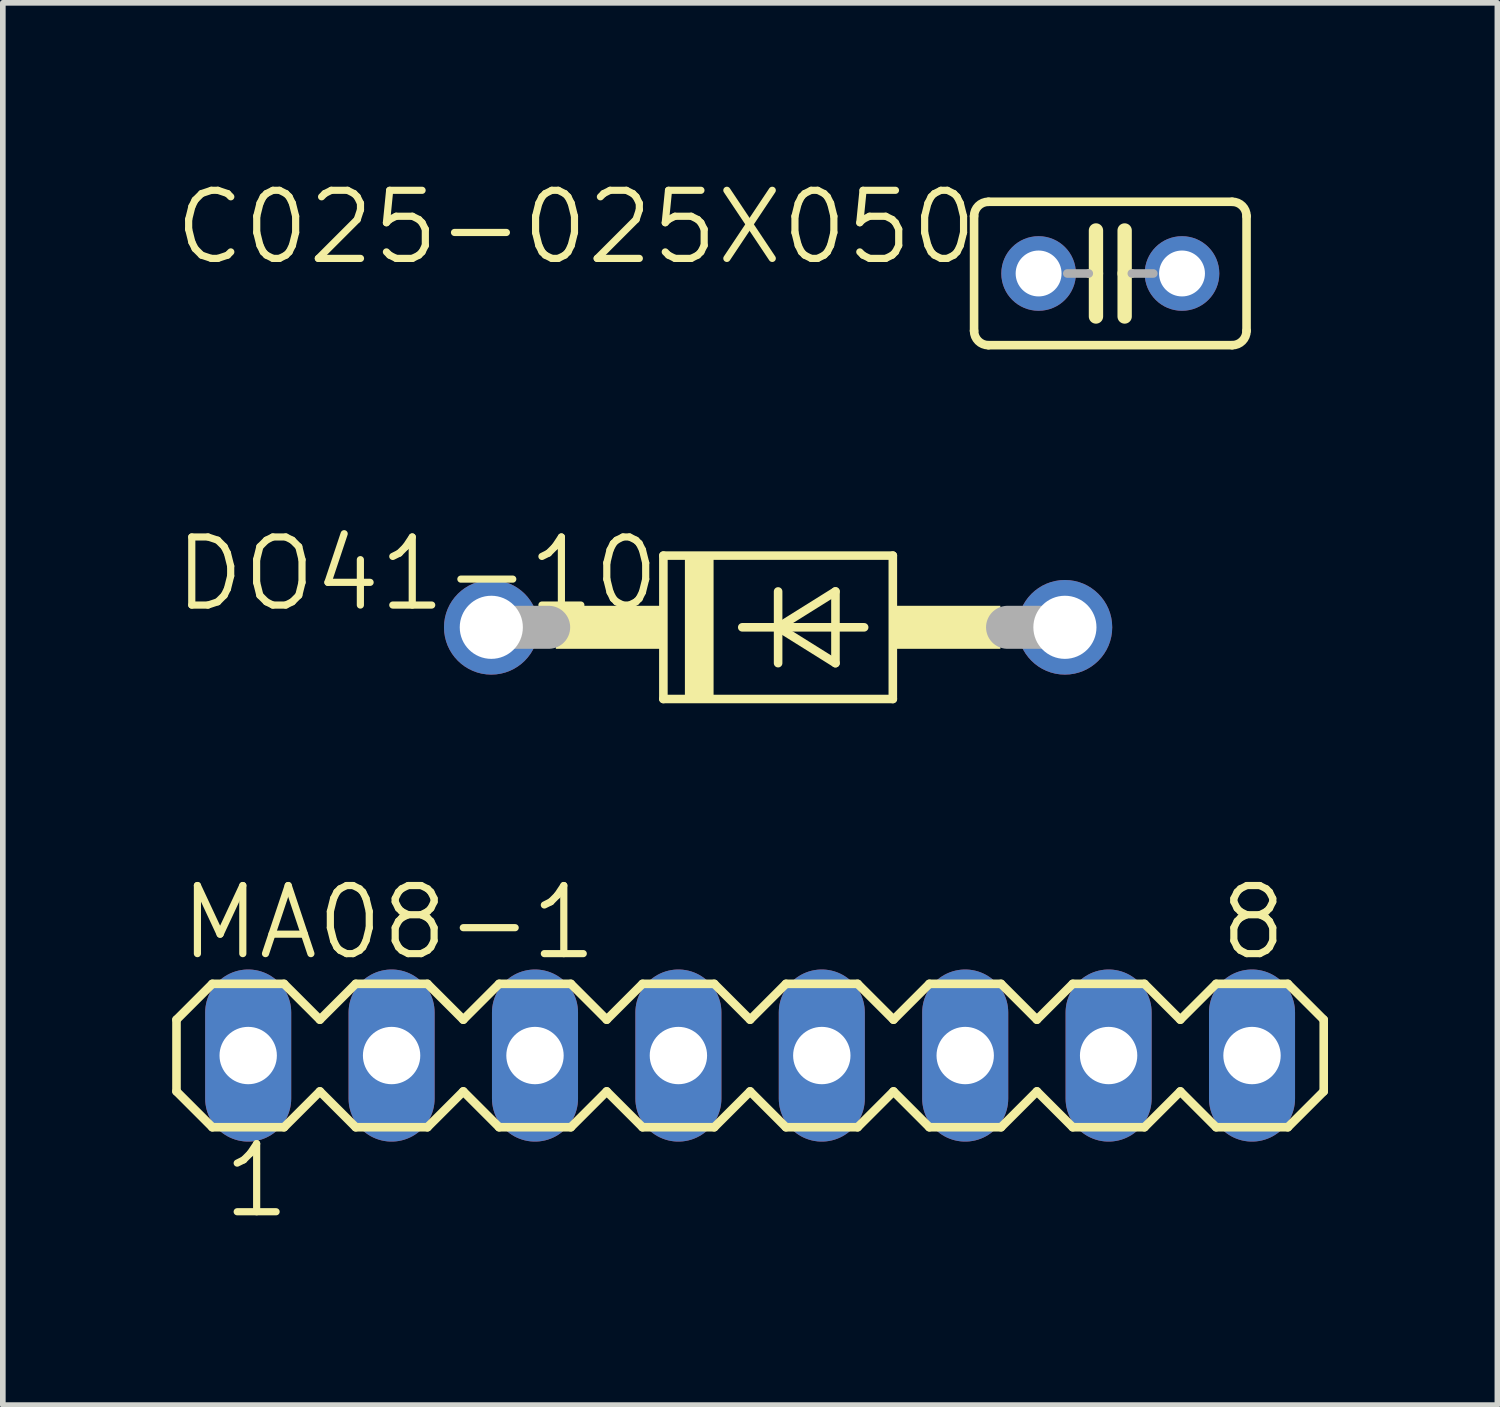
<source format=kicad_pcb>
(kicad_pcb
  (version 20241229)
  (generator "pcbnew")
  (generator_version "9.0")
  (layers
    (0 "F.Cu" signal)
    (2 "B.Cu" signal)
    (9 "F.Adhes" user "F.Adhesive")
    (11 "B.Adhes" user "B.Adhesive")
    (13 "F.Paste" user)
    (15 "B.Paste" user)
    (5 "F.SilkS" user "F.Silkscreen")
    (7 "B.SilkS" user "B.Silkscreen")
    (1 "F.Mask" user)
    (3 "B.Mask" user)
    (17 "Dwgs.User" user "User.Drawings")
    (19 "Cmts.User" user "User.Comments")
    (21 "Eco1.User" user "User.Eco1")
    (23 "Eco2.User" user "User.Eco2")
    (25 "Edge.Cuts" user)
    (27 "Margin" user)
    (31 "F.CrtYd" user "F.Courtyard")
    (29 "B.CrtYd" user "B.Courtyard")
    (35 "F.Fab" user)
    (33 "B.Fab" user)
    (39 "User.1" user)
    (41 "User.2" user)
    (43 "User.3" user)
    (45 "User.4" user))
  (footprint "MA08-1"
    (layer "F.Cu")
    (at 10.236 15.646)
    (property "Reference" "MA08-1" (at -10.16 -1.651 0) (layer "F.SilkS") (effects (font (size 1.206 1.206) (thickness 0.127)) (justify left bottom)))
    (attr through_hole)
    (fp_line (start -10.16 -0.635) (end -10.16 0.635) (stroke (width 0.152) (type solid)) (layer "F.SilkS"))
    (fp_line (start -10.16 0.635) (end -9.525 1.27) (stroke (width 0.152) (type solid)) (layer "F.SilkS"))
    (fp_line (start -9.525 -1.27) (end -10.16 -0.635) (stroke (width 0.152) (type solid)) (layer "F.SilkS"))
    (fp_line (start -9.525 -1.27) (end -8.255 -1.27) (stroke (width 0.152) (type solid)) (layer "F.SilkS"))
    (fp_line (start -8.255 -1.27) (end -7.62 -0.635) (stroke (width 0.152) (type solid)) (layer "F.SilkS"))
    (fp_line (start -8.255 1.27) (end -9.525 1.27) (stroke (width 0.152) (type solid)) (layer "F.SilkS"))
    (fp_line (start -7.62 -0.635) (end -6.985 -1.27) (stroke (width 0.152) (type solid)) (layer "F.SilkS"))
    (fp_line (start -7.62 0.635) (end -8.255 1.27) (stroke (width 0.152) (type solid)) (layer "F.SilkS"))
    (fp_line (start -6.985 -1.27) (end -5.715 -1.27) (stroke (width 0.152) (type solid)) (layer "F.SilkS"))
    (fp_line (start -6.985 1.27) (end -7.62 0.635) (stroke (width 0.152) (type solid)) (layer "F.SilkS"))
    (fp_line (start -5.715 -1.27) (end -5.08 -0.635) (stroke (width 0.152) (type solid)) (layer "F.SilkS"))
    (fp_line (start -5.715 1.27) (end -6.985 1.27) (stroke (width 0.152) (type solid)) (layer "F.SilkS"))
    (fp_line (start -5.08 -0.635) (end -4.445 -1.27) (stroke (width 0.152) (type solid)) (layer "F.SilkS"))
    (fp_line (start -5.08 0.635) (end -5.715 1.27) (stroke (width 0.152) (type solid)) (layer "F.SilkS"))
    (fp_line (start -4.445 -1.27) (end -3.175 -1.27) (stroke (width 0.152) (type solid)) (layer "F.SilkS"))
    (fp_line (start -4.445 1.27) (end -5.08 0.635) (stroke (width 0.152) (type solid)) (layer "F.SilkS"))
    (fp_line (start -3.175 -1.27) (end -2.54 -0.635) (stroke (width 0.152) (type solid)) (layer "F.SilkS"))
    (fp_line (start -3.175 1.27) (end -4.445 1.27) (stroke (width 0.152) (type solid)) (layer "F.SilkS"))
    (fp_line (start -2.54 0.635) (end -3.175 1.27) (stroke (width 0.152) (type solid)) (layer "F.SilkS"))
    (fp_line (start -2.54 0.635) (end -1.905 1.27) (stroke (width 0.152) (type solid)) (layer "F.SilkS"))
    (fp_line (start -1.905 -1.27) (end -2.54 -0.635) (stroke (width 0.152) (type solid)) (layer "F.SilkS"))
    (fp_line (start -1.905 -1.27) (end -0.635 -1.27) (stroke (width 0.152) (type solid)) (layer "F.SilkS"))
    (fp_line (start -0.635 -1.27) (end 0 -0.635) (stroke (width 0.152) (type solid)) (layer "F.SilkS"))
    (fp_line (start -0.635 1.27) (end -1.905 1.27) (stroke (width 0.152) (type solid)) (layer "F.SilkS"))
    (fp_line (start 0 0.635) (end -0.635 1.27) (stroke (width 0.152) (type solid)) (layer "F.SilkS"))
    (fp_line (start 0 0.635) (end 0.635 1.27) (stroke (width 0.152) (type solid)) (layer "F.SilkS"))
    (fp_line (start 0.635 -1.27) (end 0 -0.635) (stroke (width 0.152) (type solid)) (layer "F.SilkS"))
    (fp_line (start 0.635 -1.27) (end 1.905 -1.27) (stroke (width 0.152) (type solid)) (layer "F.SilkS"))
    (fp_line (start 1.905 -1.27) (end 2.54 -0.635) (stroke (width 0.152) (type solid)) (layer "F.SilkS"))
    (fp_line (start 1.905 1.27) (end 0.635 1.27) (stroke (width 0.152) (type solid)) (layer "F.SilkS"))
    (fp_line (start 2.54 -0.635) (end 3.175 -1.27) (stroke (width 0.152) (type solid)) (layer "F.SilkS"))
    (fp_line (start 2.54 0.635) (end 1.905 1.27) (stroke (width 0.152) (type solid)) (layer "F.SilkS"))
    (fp_line (start 3.175 -1.27) (end 4.445 -1.27) (stroke (width 0.152) (type solid)) (layer "F.SilkS"))
    (fp_line (start 3.175 1.27) (end 2.54 0.635) (stroke (width 0.152) (type solid)) (layer "F.SilkS"))
    (fp_line (start 4.445 -1.27) (end 5.08 -0.635) (stroke (width 0.152) (type solid)) (layer "F.SilkS"))
    (fp_line (start 4.445 1.27) (end 3.175 1.27) (stroke (width 0.152) (type solid)) (layer "F.SilkS"))
    (fp_line (start 5.08 -0.635) (end 5.715 -1.27) (stroke (width 0.152) (type solid)) (layer "F.SilkS"))
    (fp_line (start 5.08 0.635) (end 4.445 1.27) (stroke (width 0.152) (type solid)) (layer "F.SilkS"))
    (fp_line (start 5.715 -1.27) (end 6.985 -1.27) (stroke (width 0.152) (type solid)) (layer "F.SilkS"))
    (fp_line (start 5.715 1.27) (end 5.08 0.635) (stroke (width 0.152) (type solid)) (layer "F.SilkS"))
    (fp_line (start 6.985 -1.27) (end 7.62 -0.635) (stroke (width 0.152) (type solid)) (layer "F.SilkS"))
    (fp_line (start 6.985 1.27) (end 5.715 1.27) (stroke (width 0.152) (type solid)) (layer "F.SilkS"))
    (fp_line (start 7.62 0.635) (end 6.985 1.27) (stroke (width 0.152) (type solid)) (layer "F.SilkS"))
    (fp_line (start 7.62 0.635) (end 8.255 1.27) (stroke (width 0.152) (type solid)) (layer "F.SilkS"))
    (fp_line (start 8.255 -1.27) (end 7.62 -0.635) (stroke (width 0.152) (type solid)) (layer "F.SilkS"))
    (fp_line (start 8.255 -1.27) (end 9.525 -1.27) (stroke (width 0.152) (type solid)) (layer "F.SilkS"))
    (fp_line (start 9.525 -1.27) (end 10.16 -0.635) (stroke (width 0.152) (type solid)) (layer "F.SilkS"))
    (fp_line (start 9.525 1.27) (end 8.255 1.27) (stroke (width 0.152) (type solid)) (layer "F.SilkS"))
    (fp_line (start 10.16 -0.635) (end 10.16 0.635) (stroke (width 0.152) (type solid)) (layer "F.SilkS"))
    (fp_line (start 10.16 0.635) (end 9.525 1.27) (stroke (width 0.152) (type solid)) (layer "F.SilkS"))
    (fp_poly (pts (xy -9.144 0.254) (xy -8.636 0.254) (xy -8.636 -0.254) (xy -9.144 -0.254)) (stroke (width 0.1) (type solid)) (fill no) (layer "F.Fab"))
    (fp_poly (pts (xy -6.604 0.254) (xy -6.096 0.254) (xy -6.096 -0.254) (xy -6.604 -0.254)) (stroke (width 0.1) (type solid)) (fill no) (layer "F.Fab"))
    (fp_poly (pts (xy -4.064 0.254) (xy -3.556 0.254) (xy -3.556 -0.254) (xy -4.064 -0.254)) (stroke (width 0.1) (type solid)) (fill no) (layer "F.Fab"))
    (fp_poly (pts (xy -1.524 0.254) (xy -1.016 0.254) (xy -1.016 -0.254) (xy -1.524 -0.254)) (stroke (width 0.1) (type solid)) (fill no) (layer "F.Fab"))
    (fp_poly (pts (xy 1.016 0.254) (xy 1.524 0.254) (xy 1.524 -0.254) (xy 1.016 -0.254)) (stroke (width 0.1) (type solid)) (fill no) (layer "F.Fab"))
    (fp_poly (pts (xy 3.556 0.254) (xy 4.064 0.254) (xy 4.064 -0.254) (xy 3.556 -0.254)) (stroke (width 0.1) (type solid)) (fill no) (layer "F.Fab"))
    (fp_poly (pts (xy 6.096 0.254) (xy 6.604 0.254) (xy 6.604 -0.254) (xy 6.096 -0.254)) (stroke (width 0.1) (type solid)) (fill no) (layer "F.Fab"))
    (fp_poly (pts (xy 8.636 0.254) (xy 9.144 0.254) (xy 9.144 -0.254) (xy 8.636 -0.254)) (stroke (width 0.1) (type solid)) (fill no) (layer "F.Fab"))
    (fp_text user "8" (at 8.255 -1.651 0) (layer "F.SilkS") (effects (font (size 1.206 1.206) (thickness 0.127)) (justify left bottom)))
    (fp_text user "1" (at -9.398 2.921 0) (layer "F.SilkS") (effects (font (size 1.206 1.206) (thickness 0.127)) (justify left bottom)))
    (pad "1" thru_hole oval (at -8.89 0 90) (size 3.048 1.524) (drill 1.016) (layers "*.Cu" "*.Mask"))
    (pad "2" thru_hole oval (at -6.35 0 90) (size 3.048 1.524) (drill 1.016) (layers "*.Cu" "*.Mask"))
    (pad "3" thru_hole oval (at -3.81 0 90) (size 3.048 1.524) (drill 1.016) (layers "*.Cu" "*.Mask"))
    (pad "4" thru_hole oval (at -1.27 0 90) (size 3.048 1.524) (drill 1.016) (layers "*.Cu" "*.Mask"))
    (pad "5" thru_hole oval (at 1.27 0 90) (size 3.048 1.524) (drill 1.016) (layers "*.Cu" "*.Mask"))
    (pad "6" thru_hole oval (at 3.81 0 90) (size 3.048 1.524) (drill 1.016) (layers "*.Cu" "*.Mask"))
    (pad "7" thru_hole oval (at 6.35 0 90) (size 3.048 1.524) (drill 1.016) (layers "*.Cu" "*.Mask"))
    (pad "8" thru_hole oval (at 8.89 0 90) (size 3.048 1.524) (drill 1.016) (layers "*.Cu" "*.Mask")))
  (footprint "C025-025X050"
    (layer "F.Cu")
    (at 16.616 1.794)
    (property "Reference" "C025-025X050" (at -2.286 -1.524 0) (layer "F.SilkS") (effects (font (size 1.206 1.206) (thickness 0.127)) (justify right top)))
    (attr through_hole)
    (fp_line (start -2.413 -1.016) (end -2.413 1.016) (stroke (width 0.152) (type solid)) (layer "F.SilkS"))
    (fp_line (start -2.159 -1.27) (end 2.159 -1.27) (stroke (width 0.152) (type solid)) (layer "F.SilkS"))
    (fp_line (start -0.254 -0.762) (end -0.254 0) (stroke (width 0.254) (type solid)) (layer "F.SilkS"))
    (fp_line (start -0.254 0) (end -0.381 0) (stroke (width 0.152) (type solid)) (layer "F.SilkS"))
    (fp_line (start -0.254 0) (end -0.254 0.762) (stroke (width 0.254) (type solid)) (layer "F.SilkS"))
    (fp_line (start 0.254 0) (end 0.254 -0.762) (stroke (width 0.254) (type solid)) (layer "F.SilkS"))
    (fp_line (start 0.254 0) (end 0.254 0.762) (stroke (width 0.254) (type solid)) (layer "F.SilkS"))
    (fp_line (start 0.381 0) (end 0.254 0) (stroke (width 0.152) (type solid)) (layer "F.SilkS"))
    (fp_line (start 2.159 1.27) (end -2.159 1.27) (stroke (width 0.152) (type solid)) (layer "F.SilkS"))
    (fp_line (start 2.413 -1.016) (end 2.413 1.016) (stroke (width 0.152) (type solid)) (layer "F.SilkS"))
    (fp_arc (start -2.413 -1.016) (mid -2.338605 -1.195605) (end -2.159 -1.27) (stroke (width 0.1524) (type solid)) (layer "F.SilkS"))
    (fp_arc (start -2.159 1.27) (mid -2.338605 1.195605) (end -2.413 1.016) (stroke (width 0.1524) (type solid)) (layer "F.SilkS"))
    (fp_arc (start 2.159 -1.27) (mid 2.338605 -1.195605) (end 2.413 -1.016) (stroke (width 0.1524) (type solid)) (layer "F.SilkS"))
    (fp_arc (start 2.413 1.016) (mid 2.338605 1.195605) (end 2.159 1.27) (stroke (width 0.1524) (type solid)) (layer "F.SilkS"))
    (fp_line (start -0.381 0) (end -0.762 0) (stroke (width 0.152) (type solid)) (layer "F.Fab"))
    (fp_line (start 0.762 0) (end 0.381 0) (stroke (width 0.152) (type solid)) (layer "F.Fab"))
    (pad "1" thru_hole circle (at -1.27 0) (size 1.321 1.321) (drill 0.813) (layers "*.Cu" "*.Mask"))
    (pad "2" thru_hole circle (at 1.27 0) (size 1.321 1.321) (drill 0.813) (layers "*.Cu" "*.Mask")))
  (footprint "DO41-10"
    (layer "F.Cu")
    (at 10.732 8.061)
    (property "Reference" "DO41-10" (at -2.032 -1.651 0) (layer "F.SilkS") (effects (font (size 1.206 1.206) (thickness 0.127)) (justify right top)))
    (attr through_hole)
    (fp_line (start -2.032 -1.27) (end -2.032 1.27) (stroke (width 0.152) (type solid)) (layer "F.SilkS"))
    (fp_line (start -2.032 -1.27) (end 2.032 -1.27) (stroke (width 0.152) (type solid)) (layer "F.SilkS"))
    (fp_line (start -0.635 0) (end 0 0) (stroke (width 0.152) (type solid)) (layer "F.SilkS"))
    (fp_line (start 0 -0.635) (end 0 0) (stroke (width 0.152) (type solid)) (layer "F.SilkS"))
    (fp_line (start 0 0) (end 0 0.635) (stroke (width 0.152) (type solid)) (layer "F.SilkS"))
    (fp_line (start 0 0) (end 1.016 -0.635) (stroke (width 0.152) (type solid)) (layer "F.SilkS"))
    (fp_line (start 0 0) (end 1.524 0) (stroke (width 0.152) (type solid)) (layer "F.SilkS"))
    (fp_line (start 1.016 -0.635) (end 1.016 0.635) (stroke (width 0.152) (type solid)) (layer "F.SilkS"))
    (fp_line (start 1.016 0.635) (end 0 0) (stroke (width 0.152) (type solid)) (layer "F.SilkS"))
    (fp_line (start 2.032 1.27) (end -2.032 1.27) (stroke (width 0.152) (type solid)) (layer "F.SilkS"))
    (fp_line (start 2.032 1.27) (end 2.032 -1.27) (stroke (width 0.152) (type solid)) (layer "F.SilkS"))
    (fp_poly (pts (xy -3.937 0.381) (xy -2.032 0.381) (xy -2.032 -0.381) (xy -3.937 -0.381)) (stroke (width 0) (type solid)) (fill yes) (layer "F.SilkS"))
    (fp_poly (pts (xy -1.651 1.27) (xy -1.143 1.27) (xy -1.143 -1.27) (xy -1.651 -1.27)) (stroke (width 0) (type solid)) (fill yes) (layer "F.SilkS"))
    (fp_poly (pts (xy 2.032 0.381) (xy 3.937 0.381) (xy 3.937 -0.381) (xy 2.032 -0.381)) (stroke (width 0) (type solid)) (fill yes) (layer "F.SilkS"))
    (fp_line (start -5.08 0) (end -4.064 0) (stroke (width 0.762) (type solid)) (layer "F.Fab"))
    (fp_line (start 5.08 0) (end 4.064 0) (stroke (width 0.762) (type solid)) (layer "F.Fab"))
    (pad "A" thru_hole circle (at 5.08 0) (size 1.676 1.676) (drill 1.118) (layers "*.Cu" "*.Mask"))
    (pad "C" thru_hole circle (at -5.08 0) (size 1.676 1.676) (drill 1.118) (layers "*.Cu" "*.Mask")))
  (gr_rect
    (start -3 -3)
    (end 23.472 21.837)
    (stroke (width 0.1) (type default))
    (fill no)
    (layer "Edge.Cuts")))
</source>
